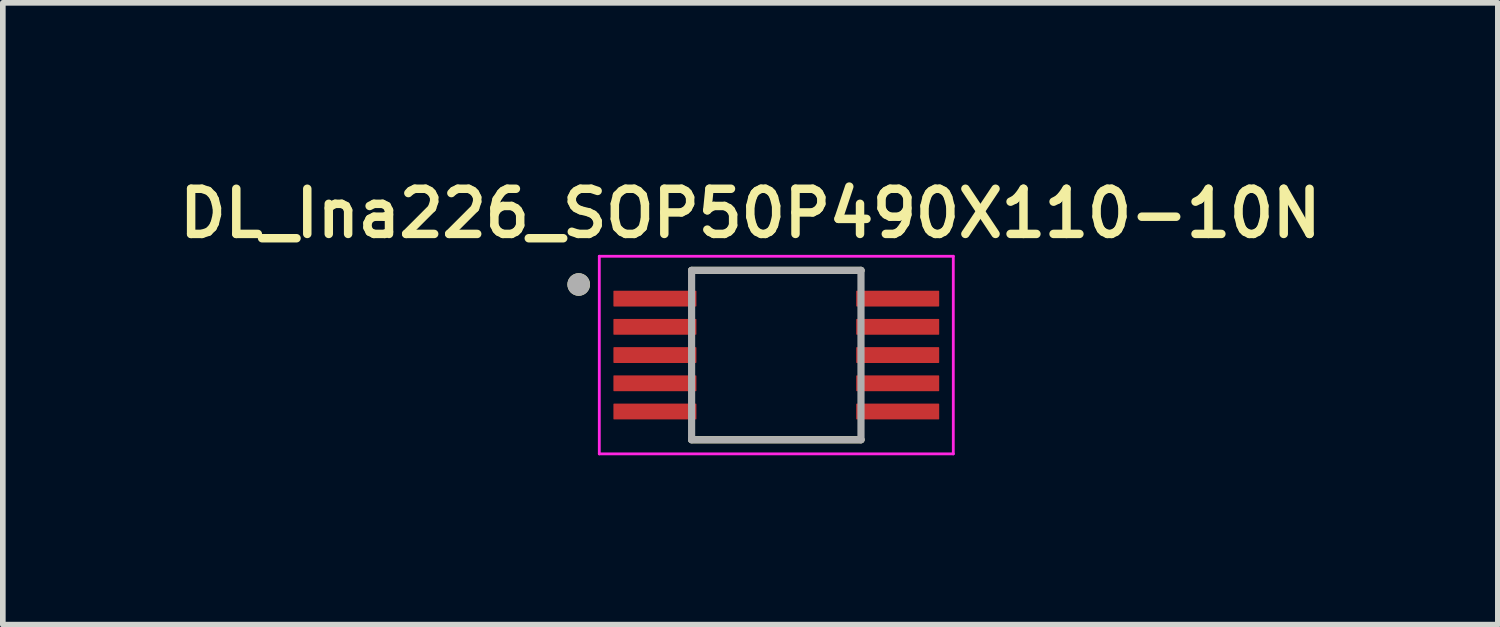
<source format=kicad_pcb>
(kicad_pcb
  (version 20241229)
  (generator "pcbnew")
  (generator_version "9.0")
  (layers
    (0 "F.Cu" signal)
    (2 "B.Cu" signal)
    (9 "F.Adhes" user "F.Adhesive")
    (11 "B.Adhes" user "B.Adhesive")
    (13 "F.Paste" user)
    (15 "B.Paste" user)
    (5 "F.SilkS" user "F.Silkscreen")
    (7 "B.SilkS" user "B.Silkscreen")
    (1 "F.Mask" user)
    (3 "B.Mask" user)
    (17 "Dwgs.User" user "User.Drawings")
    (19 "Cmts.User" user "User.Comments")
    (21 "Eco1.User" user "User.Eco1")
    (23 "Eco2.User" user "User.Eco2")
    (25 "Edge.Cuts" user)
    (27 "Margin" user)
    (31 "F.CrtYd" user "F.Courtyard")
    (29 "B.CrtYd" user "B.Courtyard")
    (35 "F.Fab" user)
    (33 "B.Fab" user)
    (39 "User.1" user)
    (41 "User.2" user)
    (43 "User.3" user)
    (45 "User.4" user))
  (footprint "DL_Ina226_SOP50P490X110-10N"
    (layer "F.Cu")
    (at 10.7 3.239)
    (property "Reference" "DL_Ina226_SOP50P490X110-10N" (at -0.46 -2.508 0) (layer "F.SilkS") (effects (font (size 0.8 0.8) (thickness 0.15))))
    (attr through_hole)
    (fp_line (start -1.5 -1.5) (end 1.5 -1.5) (stroke (width 0.127) (type solid)) (layer "F.SilkS"))
    (fp_line (start -1.5 1.5) (end 1.5 1.5) (stroke (width 0.127) (type solid)) (layer "F.SilkS"))
    (fp_circle (center -3.5 -1.25) (end -3.4 -1.25) (stroke (width 0.2) (type solid)) (fill no) (layer "F.SilkS"))
    (fp_line (start -3.135 -1.75) (end -3.135 1.75) (stroke (width 0.05) (type solid)) (layer "F.CrtYd"))
    (fp_line (start -3.135 -1.75) (end 3.135 -1.75) (stroke (width 0.05) (type solid)) (layer "F.CrtYd"))
    (fp_line (start -3.135 1.75) (end 3.135 1.75) (stroke (width 0.05) (type solid)) (layer "F.CrtYd"))
    (fp_line (start 3.135 -1.75) (end 3.135 1.75) (stroke (width 0.05) (type solid)) (layer "F.CrtYd"))
    (fp_line (start -1.5 -1.5) (end -1.5 1.5) (stroke (width 0.127) (type solid)) (layer "F.Fab"))
    (fp_line (start -1.5 -1.5) (end 1.5 -1.5) (stroke (width 0.127) (type solid)) (layer "F.Fab"))
    (fp_line (start -1.5 1.5) (end 1.5 1.5) (stroke (width 0.127) (type solid)) (layer "F.Fab"))
    (fp_line (start 1.5 -1.5) (end 1.5 1.5) (stroke (width 0.127) (type solid)) (layer "F.Fab"))
    (fp_circle (center -3.5 -1.25) (end -3.4 -1.25) (stroke (width 0.2) (type solid)) (fill no) (layer "F.Fab"))
    (pad "1" smd roundrect (at -2.15 -1) (size 1.47 0.28) (layers "F.Cu" "F.Mask" "F.Paste") (roundrect_rratio 0.04))
    (pad "2" smd roundrect (at -2.15 -0.5) (size 1.47 0.28) (layers "F.Cu" "F.Mask" "F.Paste") (roundrect_rratio 0.04))
    (pad "3" smd roundrect (at -2.15 0) (size 1.47 0.28) (layers "F.Cu" "F.Mask" "F.Paste") (roundrect_rratio 0.04))
    (pad "4" smd roundrect (at -2.15 0.5) (size 1.47 0.28) (layers "F.Cu" "F.Mask" "F.Paste") (roundrect_rratio 0.04))
    (pad "5" smd roundrect (at -2.15 1) (size 1.47 0.28) (layers "F.Cu" "F.Mask" "F.Paste") (roundrect_rratio 0.04))
    (pad "6" smd roundrect (at 2.15 1) (size 1.47 0.28) (layers "F.Cu" "F.Mask" "F.Paste") (roundrect_rratio 0.04))
    (pad "7" smd roundrect (at 2.15 0.5) (size 1.47 0.28) (layers "F.Cu" "F.Mask" "F.Paste") (roundrect_rratio 0.04))
    (pad "8" smd roundrect (at 2.15 0) (size 1.47 0.28) (layers "F.Cu" "F.Mask" "F.Paste") (roundrect_rratio 0.04))
    (pad "9" smd roundrect (at 2.15 -0.5) (size 1.47 0.28) (layers "F.Cu" "F.Mask" "F.Paste") (roundrect_rratio 0.04))
    (pad "10" smd roundrect (at 2.15 -1) (size 1.47 0.28) (layers "F.Cu" "F.Mask" "F.Paste") (roundrect_rratio 0.04)))
  (gr_rect
    (start -3 -3)
    (end 23.48 8.014)
    (stroke (width 0.1) (type default))
    (fill no)
    (layer "Edge.Cuts")))
</source>
